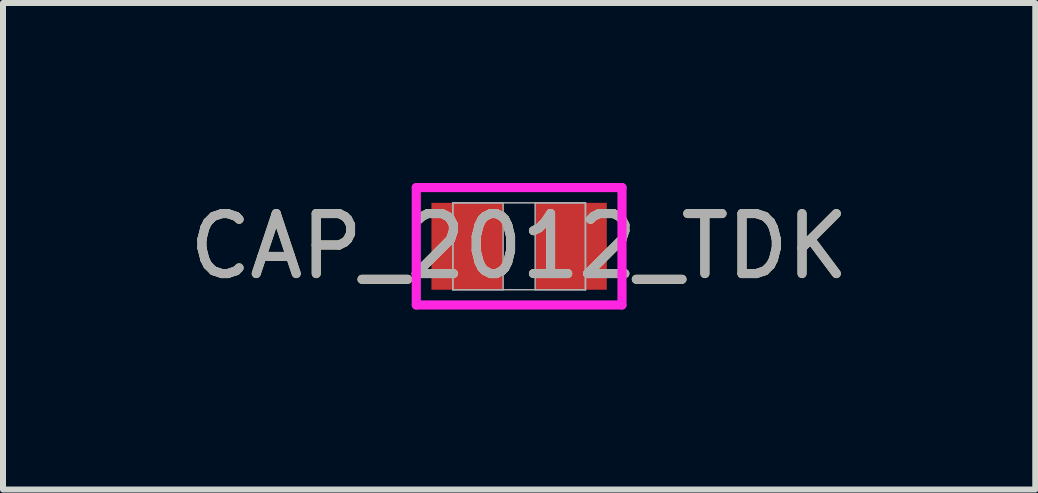
<source format=kicad_pcb>
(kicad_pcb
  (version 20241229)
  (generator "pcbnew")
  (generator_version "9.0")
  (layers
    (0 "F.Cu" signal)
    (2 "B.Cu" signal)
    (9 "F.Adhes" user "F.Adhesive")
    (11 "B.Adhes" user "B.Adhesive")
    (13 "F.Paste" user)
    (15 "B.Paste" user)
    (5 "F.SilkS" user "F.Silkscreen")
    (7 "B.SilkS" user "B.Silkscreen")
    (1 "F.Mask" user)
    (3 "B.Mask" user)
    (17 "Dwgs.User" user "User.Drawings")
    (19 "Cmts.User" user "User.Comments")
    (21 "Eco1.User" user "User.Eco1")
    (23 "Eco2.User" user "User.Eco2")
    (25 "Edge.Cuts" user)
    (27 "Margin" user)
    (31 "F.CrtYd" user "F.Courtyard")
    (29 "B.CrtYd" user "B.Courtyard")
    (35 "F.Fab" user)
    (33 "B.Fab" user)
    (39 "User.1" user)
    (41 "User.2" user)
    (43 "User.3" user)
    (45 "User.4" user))
  (footprint "CAP_2012_TDK"
    (layer "F.Cu")
    (at 5.601 1.054)
    (property "Reference" "CAP_2012_TDK" (at 0 0 0) (unlocked yes) (layer "F.SilkS") (effects (font (size 1 1) (thickness 0.15))))
    (attr smd)
    (fp_line (start -1.714 -0.978) (end 1.714 -0.978) (stroke (width 0.152) (type solid)) (layer "F.CrtYd"))
    (fp_line (start -1.714 0.978) (end -1.714 -0.978) (stroke (width 0.152) (type solid)) (layer "F.CrtYd"))
    (fp_line (start 1.714 -0.978) (end 1.714 0.978) (stroke (width 0.152) (type solid)) (layer "F.CrtYd"))
    (fp_line (start 1.714 0.978) (end -1.714 0.978) (stroke (width 0.152) (type solid)) (layer "F.CrtYd"))
    (fp_line (start -1.105 -0.724) (end -1.105 0.724) (stroke (width 0.025) (type solid)) (layer "F.Fab"))
    (fp_line (start -1.105 -0.724) (end -1.105 0.724) (stroke (width 0.025) (type solid)) (layer "F.Fab"))
    (fp_line (start -1.105 0.724) (end -0.267 0.724) (stroke (width 0.025) (type solid)) (layer "F.Fab"))
    (fp_line (start -1.105 0.724) (end 1.105 0.724) (stroke (width 0.025) (type solid)) (layer "F.Fab"))
    (fp_line (start -0.267 -0.724) (end -1.105 -0.724) (stroke (width 0.025) (type solid)) (layer "F.Fab"))
    (fp_line (start -0.267 0.724) (end -0.267 -0.724) (stroke (width 0.025) (type solid)) (layer "F.Fab"))
    (fp_line (start 0.267 -0.724) (end 0.267 0.724) (stroke (width 0.025) (type solid)) (layer "F.Fab"))
    (fp_line (start 0.267 0.724) (end 1.105 0.724) (stroke (width 0.025) (type solid)) (layer "F.Fab"))
    (fp_line (start 1.105 -0.724) (end -1.105 -0.724) (stroke (width 0.025) (type solid)) (layer "F.Fab"))
    (fp_line (start 1.105 -0.724) (end 0.267 -0.724) (stroke (width 0.025) (type solid)) (layer "F.Fab"))
    (fp_line (start 1.105 0.724) (end 1.105 -0.724) (stroke (width 0.025) (type solid)) (layer "F.Fab"))
    (fp_line (start 1.105 0.724) (end 1.105 -0.724) (stroke (width 0.025) (type solid)) (layer "F.Fab"))
    (fp_circle (center -0.737 0) (end -0.737 0) (stroke (width 0.025) (type solid)) (fill no) (layer "F.Fab"))
    (fp_text user "${REFERENCE}" (at 0 0 0) (unlocked yes) (layer "F.Fab") (effects (font (size 1 1) (thickness 0.15))))
    (pad "1" smd rect (at -0.864 0) (size 1.194 1.448) (layers "F.Cu" "F.Mask" "F.Paste"))
    (pad "2" smd rect (at 0.864 0) (size 1.194 1.448) (layers "F.Cu" "F.Mask" "F.Paste"))
    (zone (net_name "") (layer "F.Cu") (hatch full 0.508) (connect_pads) (min_thickness 0.254) (filled_areas_thickness no) (keepout (tracks not_allowed) (vias not_allowed) (pads allowed) (copperpour not_allowed) (footprints allowed)) (placement (enabled no)) (fill) (polygon (pts (xy 5.385 0.381) (xy 5.817 0.381) (xy 5.817 1.727) (xy 5.385 1.727)))))
  (gr_rect
    (start -3 -3)
    (end 14.202 5.108)
    (stroke (width 0.1) (type default))
    (fill no)
    (layer "Edge.Cuts")))
</source>
